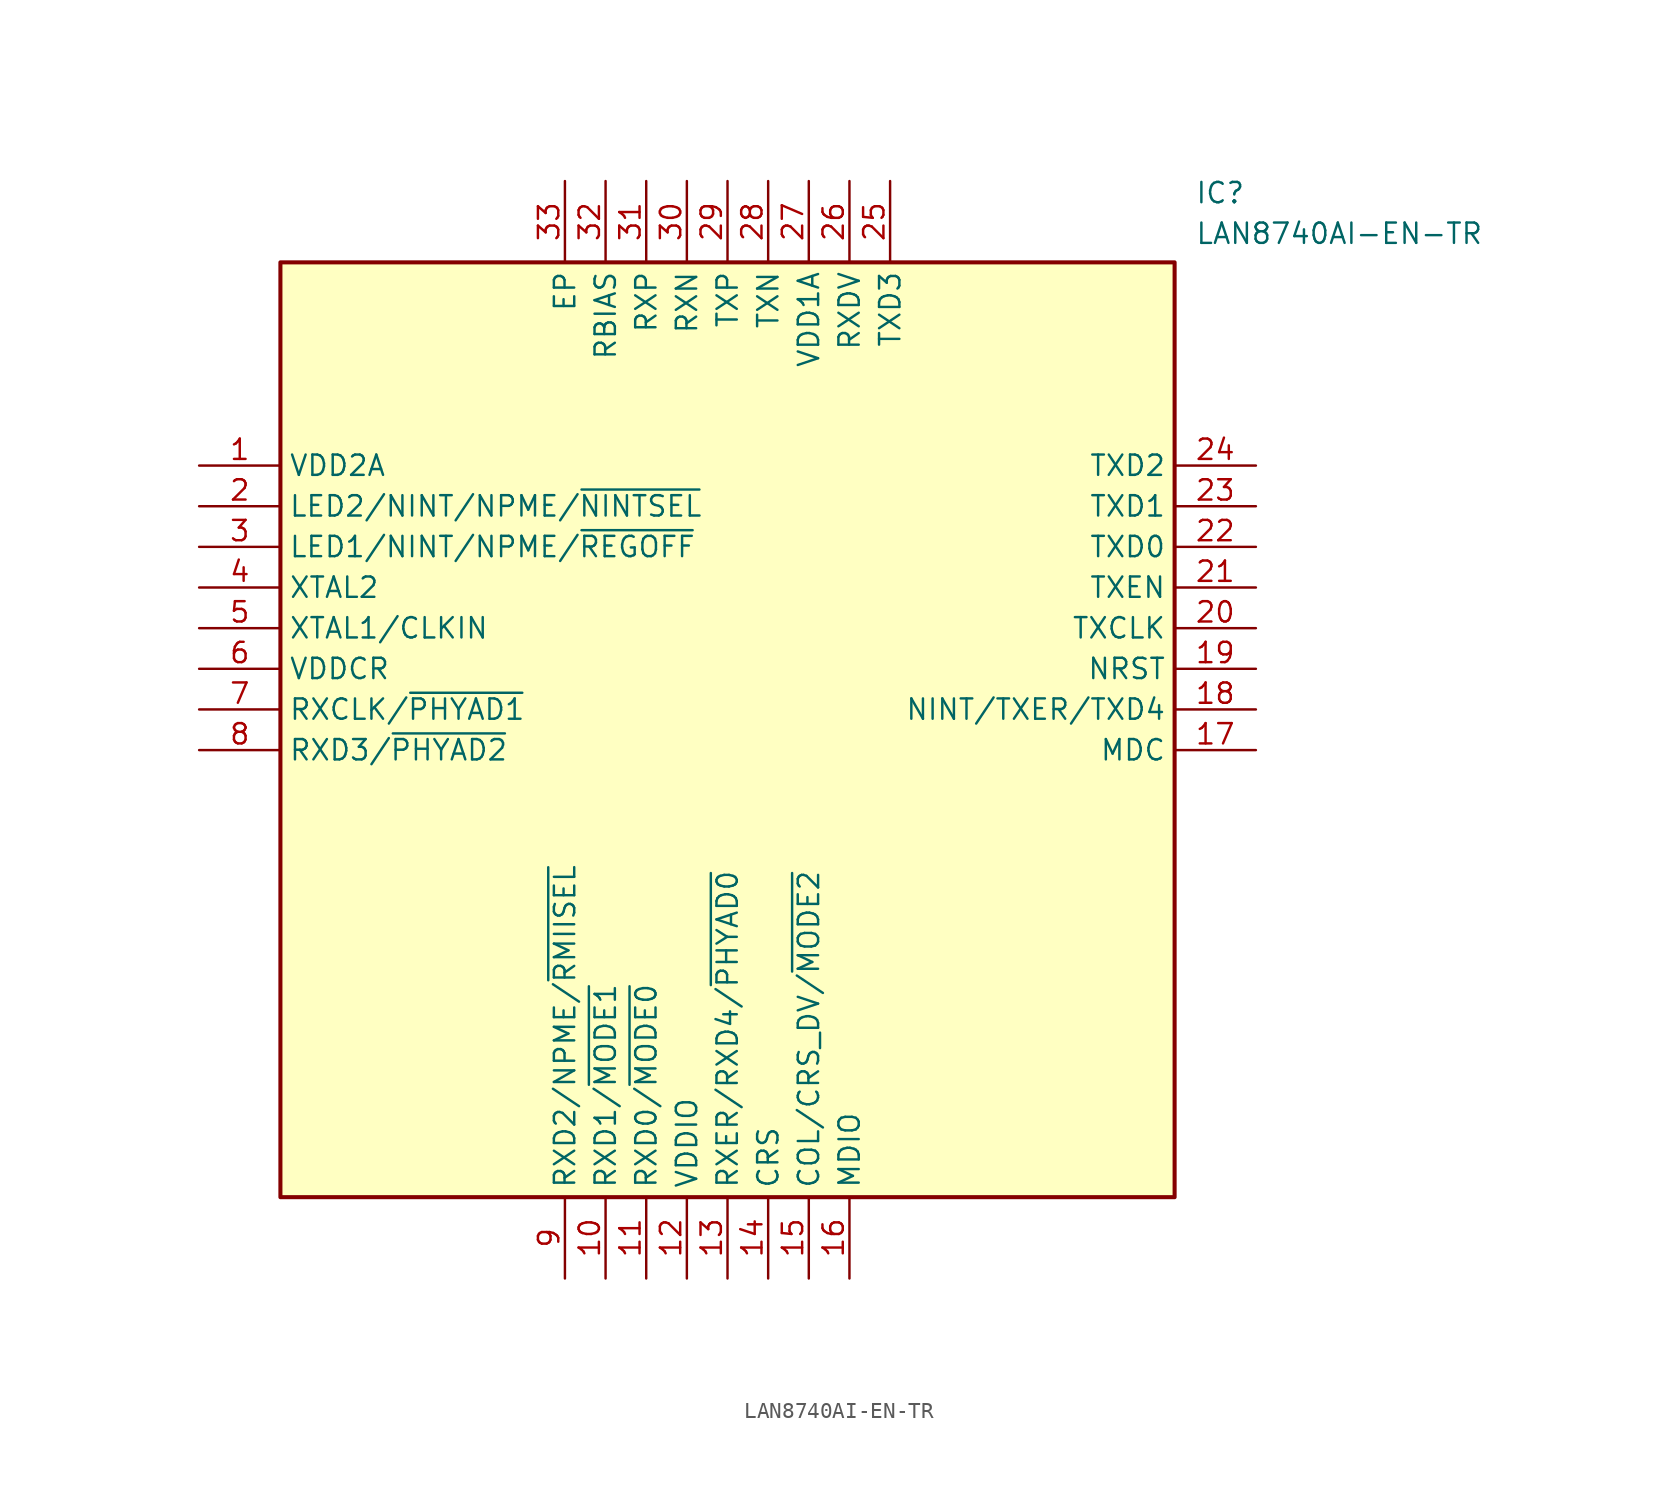
<source format=kicad_sym>
(kicad_symbol_lib
  (version 20211014)
  (generator SamacSys_ECAD_Model)
  (symbol "LAN8740AI-EN-TR"
    (property "Reference" "IC"
      (at 62.23 17.78 0)
      (effects (font (size 1.27 1.27)) (justify left top)))
    (property "Value" "LAN8740AI-EN-TR"
      (at 62.23 15.24 0)
      (effects (font (size 1.27 1.27)) (justify left top)))
    (rectangle
      (start 5.08 12.7)
      (end 60.96 -45.72)
      (stroke (width 0.254) (type default))
      (fill (type background)))
    (pin passive line
      (at 0 0 0)
      (length 5.08)
      (name "VDD2A" (effects (font (size 1.27 1.27))))
      (number "1" (effects (font (size 1.27 1.27)))))
    (pin passive line
      (at 0 -2.54 0)
      (length 5.08)
      (name "LED2/NINT/NPME/~{NINTSEL}" (effects (font (size 1.27 1.27))))
      (number "2" (effects (font (size 1.27 1.27)))))
    (pin passive line
      (at 0 -5.08 0)
      (length 5.08)
      (name "LED1/NINT/NPME/~{REGOFF}" (effects (font (size 1.27 1.27))))
      (number "3" (effects (font (size 1.27 1.27)))))
    (pin passive line
      (at 0 -7.62 0)
      (length 5.08)
      (name "XTAL2" (effects (font (size 1.27 1.27))))
      (number "4" (effects (font (size 1.27 1.27)))))
    (pin passive line
      (at 0 -10.16 0)
      (length 5.08)
      (name "XTAL1/CLKIN" (effects (font (size 1.27 1.27))))
      (number "5" (effects (font (size 1.27 1.27)))))
    (pin passive line
      (at 0 -12.7 0)
      (length 5.08)
      (name "VDDCR" (effects (font (size 1.27 1.27))))
      (number "6" (effects (font (size 1.27 1.27)))))
    (pin passive line
      (at 0 -15.24 0)
      (length 5.08)
      (name "RXCLK/~{PHYAD1}" (effects (font (size 1.27 1.27))))
      (number "7" (effects (font (size 1.27 1.27)))))
    (pin passive line
      (at 0 -17.78 0)
      (length 5.08)
      (name "RXD3/~{PHYAD2}" (effects (font (size 1.27 1.27))))
      (number "8" (effects (font (size 1.27 1.27)))))
    (pin passive line
      (at 22.86 -50.8 90)
      (length 5.08)
      (name "RXD2/NPME/~{RMIISEL}" (effects (font (size 1.27 1.27))))
      (number "9" (effects (font (size 1.27 1.27)))))
    (pin passive line
      (at 25.4 -50.8 90)
      (length 5.08)
      (name "RXD1/~{MODE1}" (effects (font (size 1.27 1.27))))
      (number "10" (effects (font (size 1.27 1.27)))))
    (pin passive line
      (at 27.94 -50.8 90)
      (length 5.08)
      (name "RXD0/~{MODE0}" (effects (font (size 1.27 1.27))))
      (number "11" (effects (font (size 1.27 1.27)))))
    (pin passive line
      (at 30.48 -50.8 90)
      (length 5.08)
      (name "VDDIO" (effects (font (size 1.27 1.27))))
      (number "12" (effects (font (size 1.27 1.27)))))
    (pin passive line
      (at 33.02 -50.8 90)
      (length 5.08)
      (name "RXER/RXD4/~{PHYAD0}" (effects (font (size 1.27 1.27))))
      (number "13" (effects (font (size 1.27 1.27)))))
    (pin passive line
      (at 35.56 -50.8 90)
      (length 5.08)
      (name "CRS" (effects (font (size 1.27 1.27))))
      (number "14" (effects (font (size 1.27 1.27)))))
    (pin passive line
      (at 38.1 -50.8 90)
      (length 5.08)
      (name "COL/CRS_DV/~{MODE2}" (effects (font (size 1.27 1.27))))
      (number "15" (effects (font (size 1.27 1.27)))))
    (pin passive line
      (at 40.64 -50.8 90)
      (length 5.08)
      (name "MDIO" (effects (font (size 1.27 1.27))))
      (number "16" (effects (font (size 1.27 1.27)))))
    (pin passive line
      (at 66.04 0 180)
      (length 5.08)
      (name "TXD2" (effects (font (size 1.27 1.27))))
      (number "24" (effects (font (size 1.27 1.27)))))
    (pin passive line
      (at 66.04 -2.54 180)
      (length 5.08)
      (name "TXD1" (effects (font (size 1.27 1.27))))
      (number "23" (effects (font (size 1.27 1.27)))))
    (pin passive line
      (at 66.04 -5.08 180)
      (length 5.08)
      (name "TXD0" (effects (font (size 1.27 1.27))))
      (number "22" (effects (font (size 1.27 1.27)))))
    (pin passive line
      (at 66.04 -7.62 180)
      (length 5.08)
      (name "TXEN" (effects (font (size 1.27 1.27))))
      (number "21" (effects (font (size 1.27 1.27)))))
    (pin passive line
      (at 66.04 -10.16 180)
      (length 5.08)
      (name "TXCLK" (effects (font (size 1.27 1.27))))
      (number "20" (effects (font (size 1.27 1.27)))))
    (pin passive line
      (at 66.04 -12.7 180)
      (length 5.08)
      (name "NRST" (effects (font (size 1.27 1.27))))
      (number "19" (effects (font (size 1.27 1.27)))))
    (pin passive line
      (at 66.04 -15.24 180)
      (length 5.08)
      (name "NINT/TXER/TXD4" (effects (font (size 1.27 1.27))))
      (number "18" (effects (font (size 1.27 1.27)))))
    (pin passive line
      (at 66.04 -17.78 180)
      (length 5.08)
      (name "MDC" (effects (font (size 1.27 1.27))))
      (number "17" (effects (font (size 1.27 1.27)))))
    (pin passive line
      (at 22.86 17.78 270)
      (length 5.08)
      (name "EP" (effects (font (size 1.27 1.27))))
      (number "33" (effects (font (size 1.27 1.27)))))
    (pin passive line
      (at 25.4 17.78 270)
      (length 5.08)
      (name "RBIAS" (effects (font (size 1.27 1.27))))
      (number "32" (effects (font (size 1.27 1.27)))))
    (pin passive line
      (at 27.94 17.78 270)
      (length 5.08)
      (name "RXP" (effects (font (size 1.27 1.27))))
      (number "31" (effects (font (size 1.27 1.27)))))
    (pin passive line
      (at 30.48 17.78 270)
      (length 5.08)
      (name "RXN" (effects (font (size 1.27 1.27))))
      (number "30" (effects (font (size 1.27 1.27)))))
    (pin passive line
      (at 33.02 17.78 270)
      (length 5.08)
      (name "TXP" (effects (font (size 1.27 1.27))))
      (number "29" (effects (font (size 1.27 1.27)))))
    (pin passive line
      (at 35.56 17.78 270)
      (length 5.08)
      (name "TXN" (effects (font (size 1.27 1.27))))
      (number "28" (effects (font (size 1.27 1.27)))))
    (pin passive line
      (at 38.1 17.78 270)
      (length 5.08)
      (name "VDD1A" (effects (font (size 1.27 1.27))))
      (number "27" (effects (font (size 1.27 1.27)))))
    (pin passive line
      (at 40.64 17.78 270)
      (length 5.08)
      (name "RXDV" (effects (font (size 1.27 1.27))))
      (number "26" (effects (font (size 1.27 1.27)))))
    (pin passive line
      (at 43.18 17.78 270)
      (length 5.08)
      (name "TXD3" (effects (font (size 1.27 1.27))))
      (number "25" (effects (font (size 1.27 1.27)))))))
</source>
